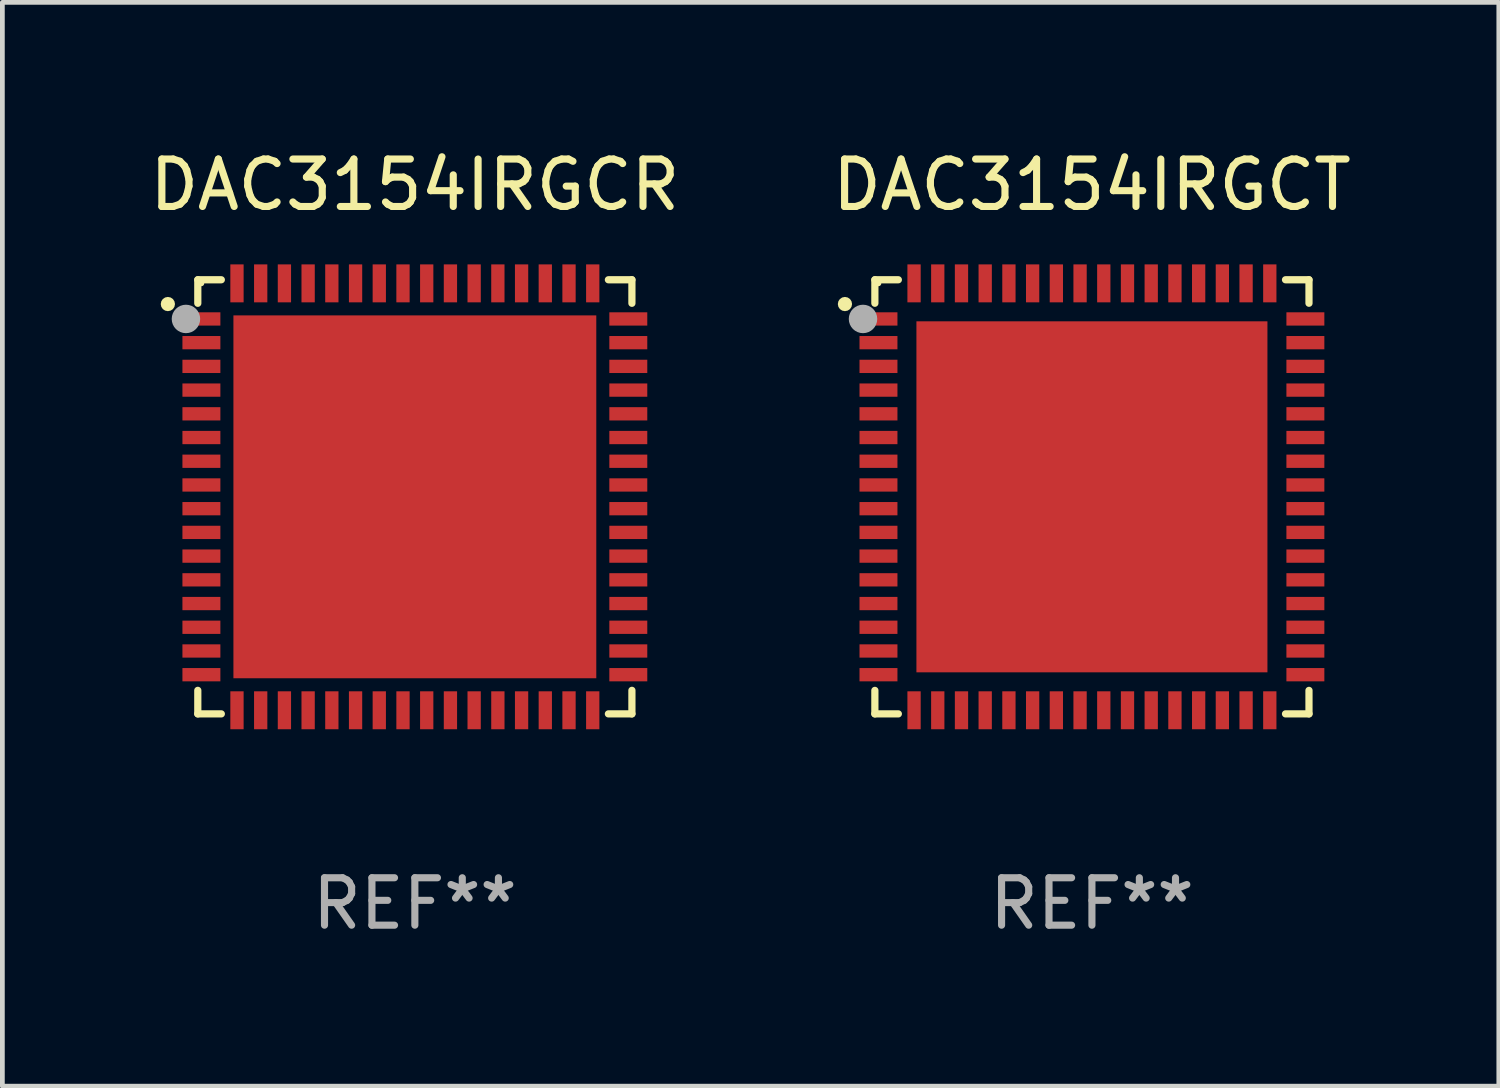
<source format=kicad_pcb>
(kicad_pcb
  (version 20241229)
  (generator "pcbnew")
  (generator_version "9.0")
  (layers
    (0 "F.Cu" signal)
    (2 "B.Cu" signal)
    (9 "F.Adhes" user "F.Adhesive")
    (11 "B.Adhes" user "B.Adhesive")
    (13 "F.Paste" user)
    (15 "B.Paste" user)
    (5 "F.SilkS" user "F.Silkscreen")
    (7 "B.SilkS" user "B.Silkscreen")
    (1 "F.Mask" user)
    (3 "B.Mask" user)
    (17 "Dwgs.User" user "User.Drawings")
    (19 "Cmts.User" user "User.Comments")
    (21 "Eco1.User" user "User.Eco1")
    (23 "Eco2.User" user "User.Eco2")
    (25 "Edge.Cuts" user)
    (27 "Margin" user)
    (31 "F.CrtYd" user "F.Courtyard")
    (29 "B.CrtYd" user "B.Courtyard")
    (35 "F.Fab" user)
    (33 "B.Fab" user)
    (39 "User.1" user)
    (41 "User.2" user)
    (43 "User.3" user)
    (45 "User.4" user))
  (footprint "DAC3154IRGCR"
    (layer "F.Cu")
    (at 5.696 7.424)
    (property "Reference" "DAC3154IRGCR" (at 0 -6.576 0) (layer "F.SilkS") (effects (font (size 1 1) (thickness 0.15))))
    (attr through_hole)
    (fp_line (start -4.576 -4.576) (end -4.576 -4.08) (stroke (width 0.152) (type solid)) (layer "F.SilkS"))
    (fp_line (start -4.576 4.576) (end -4.576 4.08) (stroke (width 0.152) (type solid)) (layer "F.SilkS"))
    (fp_line (start -4.08 -4.576) (end -4.576 -4.576) (stroke (width 0.152) (type solid)) (layer "F.SilkS"))
    (fp_line (start -4.08 4.576) (end -4.576 4.576) (stroke (width 0.152) (type solid)) (layer "F.SilkS"))
    (fp_line (start 4.08 -4.576) (end 4.576 -4.576) (stroke (width 0.152) (type solid)) (layer "F.SilkS"))
    (fp_line (start 4.08 4.576) (end 4.576 4.576) (stroke (width 0.152) (type solid)) (layer "F.SilkS"))
    (fp_line (start 4.576 -4.576) (end 4.576 -4.08) (stroke (width 0.152) (type solid)) (layer "F.SilkS"))
    (fp_line (start 4.576 4.576) (end 4.576 4.08) (stroke (width 0.152) (type solid)) (layer "F.SilkS"))
    (fp_circle (center -5.207 -4.064) (end -5.132 -4.064) (stroke (width 0.15) (type solid)) (fill no) (layer "F.SilkS"))
    (fp_circle (center -4.5 -4.5) (end -4.47 -4.5) (stroke (width 0.06) (type solid)) (fill no) (layer "F.SilkS"))
    (fp_circle (center -4.826 -3.75) (end -4.676 -3.75) (stroke (width 0.3) (type solid)) (fill no) (layer "F.Fab"))
    (fp_text user "REF**" (at 0 8.576 0) (layer "F.Fab") (effects (font (size 1 1) (thickness 0.15))))
    (pad "1" smd rect (at -4.5 -3.75) (size 0.8 0.28) (layers "F.Cu" "F.Mask" "F.Paste"))
    (pad "2" smd rect (at -4.5 -3.25) (size 0.8 0.28) (layers "F.Cu" "F.Mask" "F.Paste"))
    (pad "3" smd rect (at -4.5 -2.75) (size 0.8 0.28) (layers "F.Cu" "F.Mask" "F.Paste"))
    (pad "4" smd rect (at -4.5 -2.25) (size 0.8 0.28) (layers "F.Cu" "F.Mask" "F.Paste"))
    (pad "5" smd rect (at -4.5 -1.75) (size 0.8 0.28) (layers "F.Cu" "F.Mask" "F.Paste"))
    (pad "6" smd rect (at -4.5 -1.25) (size 0.8 0.28) (layers "F.Cu" "F.Mask" "F.Paste"))
    (pad "7" smd rect (at -4.5 -0.75) (size 0.8 0.28) (layers "F.Cu" "F.Mask" "F.Paste"))
    (pad "8" smd rect (at -4.5 -0.25) (size 0.8 0.28) (layers "F.Cu" "F.Mask" "F.Paste"))
    (pad "9" smd rect (at -4.5 0.25) (size 0.8 0.28) (layers "F.Cu" "F.Mask" "F.Paste"))
    (pad "10" smd rect (at -4.5 0.75) (size 0.8 0.28) (layers "F.Cu" "F.Mask" "F.Paste"))
    (pad "11" smd rect (at -4.5 1.25) (size 0.8 0.28) (layers "F.Cu" "F.Mask" "F.Paste"))
    (pad "12" smd rect (at -4.5 1.75) (size 0.8 0.28) (layers "F.Cu" "F.Mask" "F.Paste"))
    (pad "13" smd rect (at -4.5 2.25) (size 0.8 0.28) (layers "F.Cu" "F.Mask" "F.Paste"))
    (pad "14" smd rect (at -4.5 2.75) (size 0.8 0.28) (layers "F.Cu" "F.Mask" "F.Paste"))
    (pad "15" smd rect (at -4.5 3.25) (size 0.8 0.28) (layers "F.Cu" "F.Mask" "F.Paste"))
    (pad "16" smd rect (at -4.5 3.75) (size 0.8 0.28) (layers "F.Cu" "F.Mask" "F.Paste"))
    (pad "17" smd rect (at -3.75 4.5) (size 0.28 0.8) (layers "F.Cu" "F.Mask" "F.Paste"))
    (pad "18" smd rect (at -3.25 4.5) (size 0.28 0.8) (layers "F.Cu" "F.Mask" "F.Paste"))
    (pad "19" smd rect (at -2.75 4.5) (size 0.28 0.8) (layers "F.Cu" "F.Mask" "F.Paste"))
    (pad "20" smd rect (at -2.25 4.5) (size 0.28 0.8) (layers "F.Cu" "F.Mask" "F.Paste"))
    (pad "21" smd rect (at -1.75 4.5) (size 0.28 0.8) (layers "F.Cu" "F.Mask" "F.Paste"))
    (pad "22" smd rect (at -1.25 4.5) (size 0.28 0.8) (layers "F.Cu" "F.Mask" "F.Paste"))
    (pad "23" smd rect (at -0.75 4.5) (size 0.28 0.8) (layers "F.Cu" "F.Mask" "F.Paste"))
    (pad "24" smd rect (at -0.25 4.5) (size 0.28 0.8) (layers "F.Cu" "F.Mask" "F.Paste"))
    (pad "25" smd rect (at 0.25 4.5) (size 0.28 0.8) (layers "F.Cu" "F.Mask" "F.Paste"))
    (pad "26" smd rect (at 0.75 4.5) (size 0.28 0.8) (layers "F.Cu" "F.Mask" "F.Paste"))
    (pad "27" smd rect (at 1.25 4.5) (size 0.28 0.8) (layers "F.Cu" "F.Mask" "F.Paste"))
    (pad "28" smd rect (at 1.75 4.5) (size 0.28 0.8) (layers "F.Cu" "F.Mask" "F.Paste"))
    (pad "29" smd rect (at 2.25 4.5) (size 0.28 0.8) (layers "F.Cu" "F.Mask" "F.Paste"))
    (pad "30" smd rect (at 2.75 4.5) (size 0.28 0.8) (layers "F.Cu" "F.Mask" "F.Paste"))
    (pad "31" smd rect (at 3.25 4.5) (size 0.28 0.8) (layers "F.Cu" "F.Mask" "F.Paste"))
    (pad "32" smd rect (at 3.75 4.5) (size 0.28 0.8) (layers "F.Cu" "F.Mask" "F.Paste"))
    (pad "33" smd rect (at 4.5 3.75) (size 0.8 0.28) (layers "F.Cu" "F.Mask" "F.Paste"))
    (pad "34" smd rect (at 4.5 3.25) (size 0.8 0.28) (layers "F.Cu" "F.Mask" "F.Paste"))
    (pad "35" smd rect (at 4.5 2.75) (size 0.8 0.28) (layers "F.Cu" "F.Mask" "F.Paste"))
    (pad "36" smd rect (at 4.5 2.25) (size 0.8 0.28) (layers "F.Cu" "F.Mask" "F.Paste"))
    (pad "37" smd rect (at 4.5 1.75) (size 0.8 0.28) (layers "F.Cu" "F.Mask" "F.Paste"))
    (pad "38" smd rect (at 4.5 1.25) (size 0.8 0.28) (layers "F.Cu" "F.Mask" "F.Paste"))
    (pad "39" smd rect (at 4.5 0.75) (size 0.8 0.28) (layers "F.Cu" "F.Mask" "F.Paste"))
    (pad "40" smd rect (at 4.5 0.25) (size 0.8 0.28) (layers "F.Cu" "F.Mask" "F.Paste"))
    (pad "41" smd rect (at 4.5 -0.25) (size 0.8 0.28) (layers "F.Cu" "F.Mask" "F.Paste"))
    (pad "42" smd rect (at 4.5 -0.75) (size 0.8 0.28) (layers "F.Cu" "F.Mask" "F.Paste"))
    (pad "43" smd rect (at 4.5 -1.25) (size 0.8 0.28) (layers "F.Cu" "F.Mask" "F.Paste"))
    (pad "44" smd rect (at 4.5 -1.75) (size 0.8 0.28) (layers "F.Cu" "F.Mask" "F.Paste"))
    (pad "45" smd rect (at 4.5 -2.25) (size 0.8 0.28) (layers "F.Cu" "F.Mask" "F.Paste"))
    (pad "46" smd rect (at 4.5 -2.75) (size 0.8 0.28) (layers "F.Cu" "F.Mask" "F.Paste"))
    (pad "47" smd rect (at 4.5 -3.25) (size 0.8 0.28) (layers "F.Cu" "F.Mask" "F.Paste"))
    (pad "48" smd rect (at 4.5 -3.75) (size 0.8 0.28) (layers "F.Cu" "F.Mask" "F.Paste"))
    (pad "49" smd rect (at 3.75 -4.5) (size 0.28 0.8) (layers "F.Cu" "F.Mask" "F.Paste"))
    (pad "50" smd rect (at 3.25 -4.5) (size 0.28 0.8) (layers "F.Cu" "F.Mask" "F.Paste"))
    (pad "51" smd rect (at 2.75 -4.5) (size 0.28 0.8) (layers "F.Cu" "F.Mask" "F.Paste"))
    (pad "52" smd rect (at 2.25 -4.5) (size 0.28 0.8) (layers "F.Cu" "F.Mask" "F.Paste"))
    (pad "53" smd rect (at 1.75 -4.5) (size 0.28 0.8) (layers "F.Cu" "F.Mask" "F.Paste"))
    (pad "54" smd rect (at 1.25 -4.5) (size 0.28 0.8) (layers "F.Cu" "F.Mask" "F.Paste"))
    (pad "55" smd rect (at 0.75 -4.5) (size 0.28 0.8) (layers "F.Cu" "F.Mask" "F.Paste"))
    (pad "56" smd rect (at 0.25 -4.5) (size 0.28 0.8) (layers "F.Cu" "F.Mask" "F.Paste"))
    (pad "57" smd rect (at -0.25 -4.5) (size 0.28 0.8) (layers "F.Cu" "F.Mask" "F.Paste"))
    (pad "58" smd rect (at -0.75 -4.5) (size 0.28 0.8) (layers "F.Cu" "F.Mask" "F.Paste"))
    (pad "59" smd rect (at -1.25 -4.5) (size 0.28 0.8) (layers "F.Cu" "F.Mask" "F.Paste"))
    (pad "60" smd rect (at -1.75 -4.5) (size 0.28 0.8) (layers "F.Cu" "F.Mask" "F.Paste"))
    (pad "61" smd rect (at -2.25 -4.5) (size 0.28 0.8) (layers "F.Cu" "F.Mask" "F.Paste"))
    (pad "62" smd rect (at -2.75 -4.5) (size 0.28 0.8) (layers "F.Cu" "F.Mask" "F.Paste"))
    (pad "63" smd rect (at -3.25 -4.5) (size 0.28 0.8) (layers "F.Cu" "F.Mask" "F.Paste"))
    (pad "64" smd rect (at -3.75 -4.5) (size 0.28 0.8) (layers "F.Cu" "F.Mask" "F.Paste"))
    (pad "65" smd rect (at 0 0) (size 7.65 7.65) (layers "F.Cu" "F.Mask" "F.Paste")))
  (footprint "DAC3154IRGCT"
    (layer "F.Cu")
    (at 19.97 7.424)
    (property "Reference" "DAC3154IRGCT" (at 0 -6.576 0) (layer "F.SilkS") (effects (font (size 1 1) (thickness 0.15))))
    (attr through_hole)
    (fp_line (start -4.576 -4.576) (end -4.576 -4.081) (stroke (width 0.152) (type solid)) (layer "F.SilkS"))
    (fp_line (start -4.576 4.576) (end -4.576 4.081) (stroke (width 0.152) (type solid)) (layer "F.SilkS"))
    (fp_line (start -4.081 -4.576) (end -4.576 -4.576) (stroke (width 0.152) (type solid)) (layer "F.SilkS"))
    (fp_line (start -4.081 4.576) (end -4.576 4.576) (stroke (width 0.152) (type solid)) (layer "F.SilkS"))
    (fp_line (start 4.081 -4.576) (end 4.576 -4.576) (stroke (width 0.152) (type solid)) (layer "F.SilkS"))
    (fp_line (start 4.081 4.576) (end 4.576 4.576) (stroke (width 0.152) (type solid)) (layer "F.SilkS"))
    (fp_line (start 4.576 -4.576) (end 4.576 -4.081) (stroke (width 0.152) (type solid)) (layer "F.SilkS"))
    (fp_line (start 4.576 4.576) (end 4.576 4.081) (stroke (width 0.152) (type solid)) (layer "F.SilkS"))
    (fp_circle (center -5.207 -4.064) (end -5.132 -4.064) (stroke (width 0.15) (type solid)) (fill no) (layer "F.SilkS"))
    (fp_circle (center -4.5 -4.5) (end -4.47 -4.5) (stroke (width 0.06) (type solid)) (fill no) (layer "F.SilkS"))
    (fp_circle (center -4.826 -3.75) (end -4.676 -3.75) (stroke (width 0.3) (type solid)) (fill no) (layer "F.Fab"))
    (fp_text user "REF**" (at 0 8.576 0) (layer "F.Fab") (effects (font (size 1 1) (thickness 0.15))))
    (pad "1" smd rect (at -4.5 -3.75) (size 0.8 0.28) (layers "F.Cu" "F.Mask" "F.Paste"))
    (pad "2" smd rect (at -4.5 -3.25) (size 0.8 0.28) (layers "F.Cu" "F.Mask" "F.Paste"))
    (pad "3" smd rect (at -4.5 -2.75) (size 0.8 0.28) (layers "F.Cu" "F.Mask" "F.Paste"))
    (pad "4" smd rect (at -4.5 -2.25) (size 0.8 0.28) (layers "F.Cu" "F.Mask" "F.Paste"))
    (pad "5" smd rect (at -4.5 -1.75) (size 0.8 0.28) (layers "F.Cu" "F.Mask" "F.Paste"))
    (pad "6" smd rect (at -4.5 -1.25) (size 0.8 0.28) (layers "F.Cu" "F.Mask" "F.Paste"))
    (pad "7" smd rect (at -4.5 -0.75) (size 0.8 0.28) (layers "F.Cu" "F.Mask" "F.Paste"))
    (pad "8" smd rect (at -4.5 -0.25) (size 0.8 0.28) (layers "F.Cu" "F.Mask" "F.Paste"))
    (pad "9" smd rect (at -4.5 0.25) (size 0.8 0.28) (layers "F.Cu" "F.Mask" "F.Paste"))
    (pad "10" smd rect (at -4.5 0.75) (size 0.8 0.28) (layers "F.Cu" "F.Mask" "F.Paste"))
    (pad "11" smd rect (at -4.5 1.25) (size 0.8 0.28) (layers "F.Cu" "F.Mask" "F.Paste"))
    (pad "12" smd rect (at -4.5 1.75) (size 0.8 0.28) (layers "F.Cu" "F.Mask" "F.Paste"))
    (pad "13" smd rect (at -4.5 2.25) (size 0.8 0.28) (layers "F.Cu" "F.Mask" "F.Paste"))
    (pad "14" smd rect (at -4.5 2.75) (size 0.8 0.28) (layers "F.Cu" "F.Mask" "F.Paste"))
    (pad "15" smd rect (at -4.5 3.25) (size 0.8 0.28) (layers "F.Cu" "F.Mask" "F.Paste"))
    (pad "16" smd rect (at -4.5 3.75) (size 0.8 0.28) (layers "F.Cu" "F.Mask" "F.Paste"))
    (pad "17" smd rect (at -3.75 4.5) (size 0.28 0.8) (layers "F.Cu" "F.Mask" "F.Paste"))
    (pad "18" smd rect (at -3.25 4.5) (size 0.28 0.8) (layers "F.Cu" "F.Mask" "F.Paste"))
    (pad "19" smd rect (at -2.75 4.5) (size 0.28 0.8) (layers "F.Cu" "F.Mask" "F.Paste"))
    (pad "20" smd rect (at -2.25 4.5) (size 0.28 0.8) (layers "F.Cu" "F.Mask" "F.Paste"))
    (pad "21" smd rect (at -1.75 4.5) (size 0.28 0.8) (layers "F.Cu" "F.Mask" "F.Paste"))
    (pad "22" smd rect (at -1.25 4.5) (size 0.28 0.8) (layers "F.Cu" "F.Mask" "F.Paste"))
    (pad "23" smd rect (at -0.75 4.5) (size 0.28 0.8) (layers "F.Cu" "F.Mask" "F.Paste"))
    (pad "24" smd rect (at -0.25 4.5) (size 0.28 0.8) (layers "F.Cu" "F.Mask" "F.Paste"))
    (pad "25" smd rect (at 0.25 4.5) (size 0.28 0.8) (layers "F.Cu" "F.Mask" "F.Paste"))
    (pad "26" smd rect (at 0.75 4.5) (size 0.28 0.8) (layers "F.Cu" "F.Mask" "F.Paste"))
    (pad "27" smd rect (at 1.25 4.5) (size 0.28 0.8) (layers "F.Cu" "F.Mask" "F.Paste"))
    (pad "28" smd rect (at 1.75 4.5) (size 0.28 0.8) (layers "F.Cu" "F.Mask" "F.Paste"))
    (pad "29" smd rect (at 2.25 4.5) (size 0.28 0.8) (layers "F.Cu" "F.Mask" "F.Paste"))
    (pad "30" smd rect (at 2.75 4.5) (size 0.28 0.8) (layers "F.Cu" "F.Mask" "F.Paste"))
    (pad "31" smd rect (at 3.25 4.5) (size 0.28 0.8) (layers "F.Cu" "F.Mask" "F.Paste"))
    (pad "32" smd rect (at 3.75 4.5) (size 0.28 0.8) (layers "F.Cu" "F.Mask" "F.Paste"))
    (pad "33" smd rect (at 4.5 3.75) (size 0.8 0.28) (layers "F.Cu" "F.Mask" "F.Paste"))
    (pad "34" smd rect (at 4.5 3.25) (size 0.8 0.28) (layers "F.Cu" "F.Mask" "F.Paste"))
    (pad "35" smd rect (at 4.5 2.75) (size 0.8 0.28) (layers "F.Cu" "F.Mask" "F.Paste"))
    (pad "36" smd rect (at 4.5 2.25) (size 0.8 0.28) (layers "F.Cu" "F.Mask" "F.Paste"))
    (pad "37" smd rect (at 4.5 1.75) (size 0.8 0.28) (layers "F.Cu" "F.Mask" "F.Paste"))
    (pad "38" smd rect (at 4.5 1.25) (size 0.8 0.28) (layers "F.Cu" "F.Mask" "F.Paste"))
    (pad "39" smd rect (at 4.5 0.75) (size 0.8 0.28) (layers "F.Cu" "F.Mask" "F.Paste"))
    (pad "40" smd rect (at 4.5 0.25) (size 0.8 0.28) (layers "F.Cu" "F.Mask" "F.Paste"))
    (pad "41" smd rect (at 4.5 -0.25) (size 0.8 0.28) (layers "F.Cu" "F.Mask" "F.Paste"))
    (pad "42" smd rect (at 4.5 -0.75) (size 0.8 0.28) (layers "F.Cu" "F.Mask" "F.Paste"))
    (pad "43" smd rect (at 4.5 -1.25) (size 0.8 0.28) (layers "F.Cu" "F.Mask" "F.Paste"))
    (pad "44" smd rect (at 4.5 -1.75) (size 0.8 0.28) (layers "F.Cu" "F.Mask" "F.Paste"))
    (pad "45" smd rect (at 4.5 -2.25) (size 0.8 0.28) (layers "F.Cu" "F.Mask" "F.Paste"))
    (pad "46" smd rect (at 4.5 -2.75) (size 0.8 0.28) (layers "F.Cu" "F.Mask" "F.Paste"))
    (pad "47" smd rect (at 4.5 -3.25) (size 0.8 0.28) (layers "F.Cu" "F.Mask" "F.Paste"))
    (pad "48" smd rect (at 4.5 -3.75) (size 0.8 0.28) (layers "F.Cu" "F.Mask" "F.Paste"))
    (pad "49" smd rect (at 3.75 -4.5) (size 0.28 0.8) (layers "F.Cu" "F.Mask" "F.Paste"))
    (pad "50" smd rect (at 3.25 -4.5) (size 0.28 0.8) (layers "F.Cu" "F.Mask" "F.Paste"))
    (pad "51" smd rect (at 2.75 -4.5) (size 0.28 0.8) (layers "F.Cu" "F.Mask" "F.Paste"))
    (pad "52" smd rect (at 2.25 -4.5) (size 0.28 0.8) (layers "F.Cu" "F.Mask" "F.Paste"))
    (pad "53" smd rect (at 1.75 -4.5) (size 0.28 0.8) (layers "F.Cu" "F.Mask" "F.Paste"))
    (pad "54" smd rect (at 1.25 -4.5) (size 0.28 0.8) (layers "F.Cu" "F.Mask" "F.Paste"))
    (pad "55" smd rect (at 0.75 -4.5) (size 0.28 0.8) (layers "F.Cu" "F.Mask" "F.Paste"))
    (pad "56" smd rect (at 0.25 -4.5) (size 0.28 0.8) (layers "F.Cu" "F.Mask" "F.Paste"))
    (pad "57" smd rect (at -0.25 -4.5) (size 0.28 0.8) (layers "F.Cu" "F.Mask" "F.Paste"))
    (pad "58" smd rect (at -0.75 -4.5) (size 0.28 0.8) (layers "F.Cu" "F.Mask" "F.Paste"))
    (pad "59" smd rect (at -1.25 -4.5) (size 0.28 0.8) (layers "F.Cu" "F.Mask" "F.Paste"))
    (pad "60" smd rect (at -1.75 -4.5) (size 0.28 0.8) (layers "F.Cu" "F.Mask" "F.Paste"))
    (pad "61" smd rect (at -2.25 -4.5) (size 0.28 0.8) (layers "F.Cu" "F.Mask" "F.Paste"))
    (pad "62" smd rect (at -2.75 -4.5) (size 0.28 0.8) (layers "F.Cu" "F.Mask" "F.Paste"))
    (pad "63" smd rect (at -3.25 -4.5) (size 0.28 0.8) (layers "F.Cu" "F.Mask" "F.Paste"))
    (pad "64" smd rect (at -3.75 -4.5) (size 0.28 0.8) (layers "F.Cu" "F.Mask" "F.Paste"))
    (pad "65" smd rect (at 0 0) (size 7.4 7.4) (layers "F.Cu" "F.Mask" "F.Paste")))
  (gr_rect
    (start -3 -3)
    (end 28.548 19.849)
    (stroke (width 0.1) (type default))
    (fill no)
    (layer "Edge.Cuts")))
</source>
